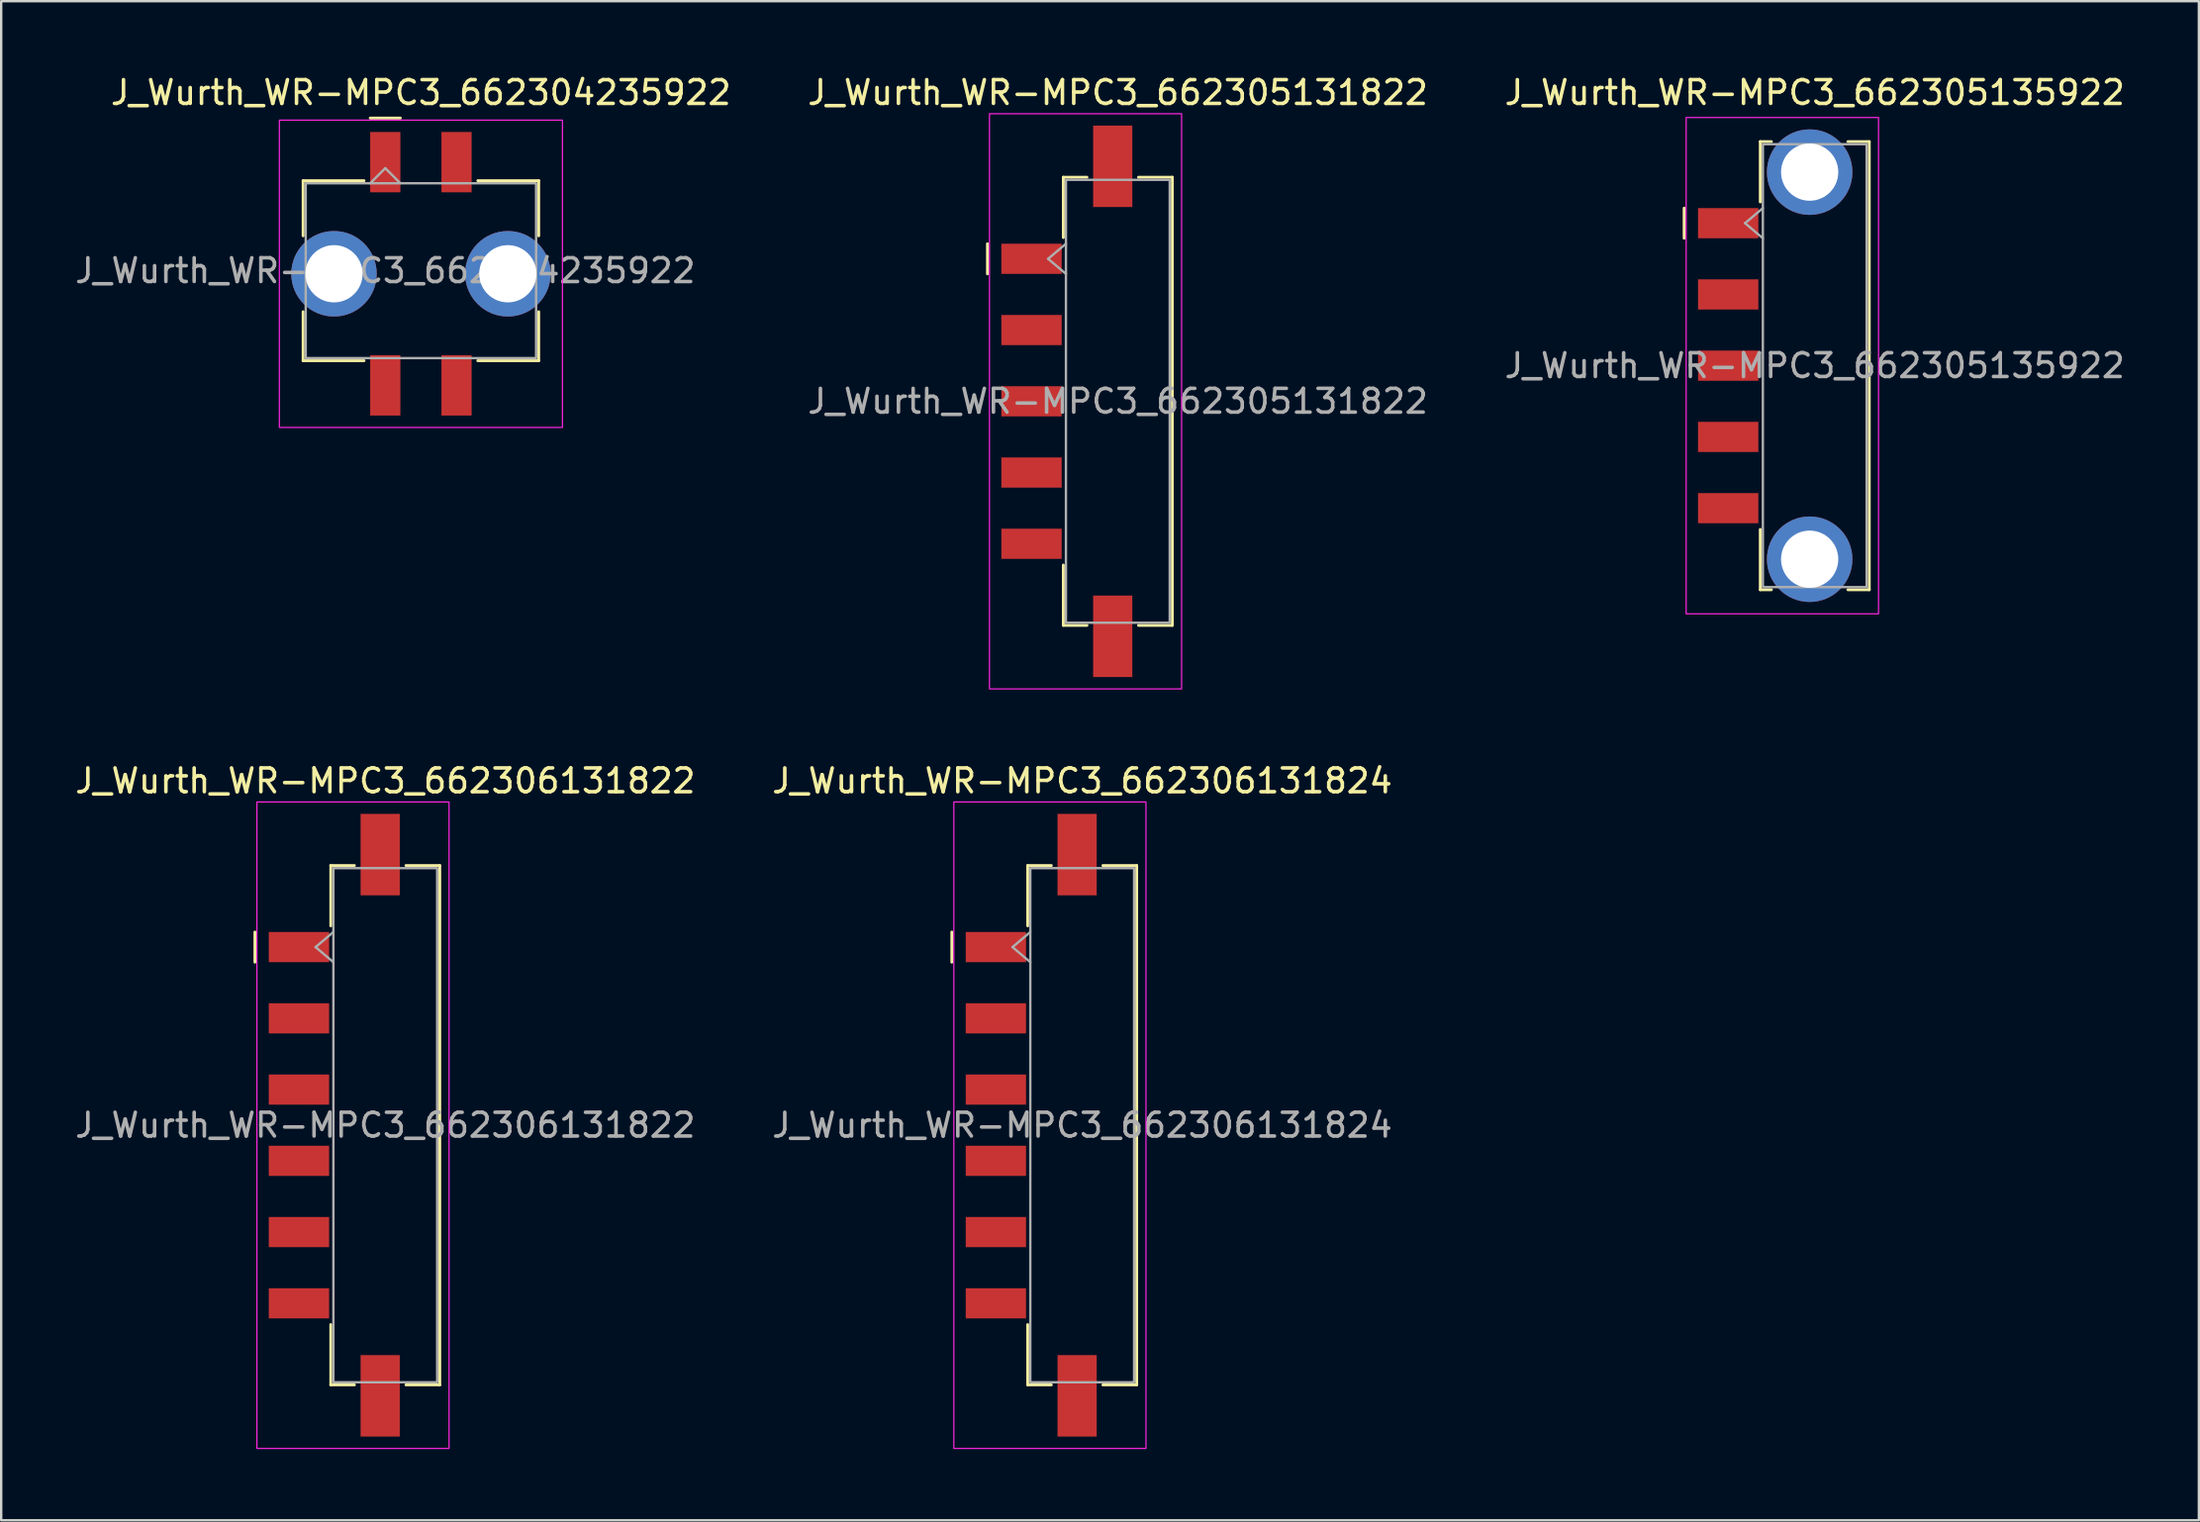
<source format=kicad_pcb>
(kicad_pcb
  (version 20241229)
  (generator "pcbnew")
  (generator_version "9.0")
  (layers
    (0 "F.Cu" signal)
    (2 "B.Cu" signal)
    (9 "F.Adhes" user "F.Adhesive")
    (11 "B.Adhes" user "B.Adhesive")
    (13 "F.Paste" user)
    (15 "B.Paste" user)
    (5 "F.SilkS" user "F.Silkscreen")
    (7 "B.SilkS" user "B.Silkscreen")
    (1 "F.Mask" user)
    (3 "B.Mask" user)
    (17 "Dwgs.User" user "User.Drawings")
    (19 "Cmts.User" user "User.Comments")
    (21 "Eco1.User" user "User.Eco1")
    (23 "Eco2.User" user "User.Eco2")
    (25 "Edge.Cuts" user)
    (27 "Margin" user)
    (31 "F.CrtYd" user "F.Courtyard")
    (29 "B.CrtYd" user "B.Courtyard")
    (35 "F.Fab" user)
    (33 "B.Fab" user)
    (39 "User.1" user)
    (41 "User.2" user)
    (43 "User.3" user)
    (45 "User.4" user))
  (footprint "J_Wurth_WR-MPC3_662306131822"
    (layer "F.Cu")
    (at 13.173 44.331)
    (property "Reference" "J_Wurth_WR-MPC3_662306131822" (at 0 -14.5 0) (unlocked yes) (layer "F.SilkS") (effects (font (size 1 1) (thickness 0.15))))
    (attr smd)
    (fp_line (start -5.49 -6.865) (end -5.49 -8.135) (stroke (width 0.12) (type solid)) (layer "F.SilkS"))
    (fp_line (start -2.295 -10.935) (end -2.295 -8.395) (stroke (width 0.12) (type solid)) (layer "F.SilkS"))
    (fp_line (start -2.295 -10.935) (end -1.3 -10.935) (stroke (width 0.12) (type solid)) (layer "F.SilkS"))
    (fp_line (start -2.295 10.935) (end -2.295 8.395) (stroke (width 0.12) (type default)) (layer "F.SilkS"))
    (fp_line (start -2.295 10.935) (end -1.3 10.935) (stroke (width 0.12) (type solid)) (layer "F.SilkS"))
    (fp_line (start 2.295 -10.935) (end 0.87 -10.935) (stroke (width 0.12) (type default)) (layer "F.SilkS"))
    (fp_line (start 2.295 -10.935) (end 2.295 10.935) (stroke (width 0.12) (type default)) (layer "F.SilkS"))
    (fp_line (start 2.295 10.935) (end 0.87 10.935) (stroke (width 0.12) (type default)) (layer "F.SilkS"))
    (fp_rect (start -5.405 -13.61) (end 2.685 13.61) (stroke (width 0.05) (type solid)) (fill no) (layer "F.CrtYd"))
    (fp_line (start -2.935 -7.5) (end -2.185 -8.135) (stroke (width 0.1) (type solid)) (layer "F.Fab"))
    (fp_line (start -2.935 -7.5) (end -2.185 -6.865) (stroke (width 0.1) (type solid)) (layer "F.Fab"))
    (fp_rect (start -2.185 -10.825) (end 2.185 10.825) (stroke (width 0.1) (type solid)) (fill no) (layer "F.Fab"))
    (fp_text user "${REFERENCE}" (at 0 0 0) (unlocked yes) (layer "F.Fab") (effects (font (size 1 1) (thickness 0.15))))
    (pad "1" smd rect (at -3.635 -7.5 90) (size 1.27 2.54) (layers "F.Cu" "F.Mask" "F.Paste"))
    (pad "2" smd rect (at -3.635 -4.5 90) (size 1.27 2.54) (layers "F.Cu" "F.Mask" "F.Paste"))
    (pad "3" smd rect (at -3.635 -1.5 90) (size 1.27 2.54) (layers "F.Cu" "F.Mask" "F.Paste"))
    (pad "4" smd rect (at -3.635 1.5 90) (size 1.27 2.54) (layers "F.Cu" "F.Mask" "F.Paste"))
    (pad "5" smd rect (at -3.635 4.5 90) (size 1.27 2.54) (layers "F.Cu" "F.Mask" "F.Paste"))
    (pad "6" smd rect (at -3.635 7.5 90) (size 1.27 2.54) (layers "F.Cu" "F.Mask" "F.Paste"))
    (pad "MP1" smd rect (at -0.215 11.395 90) (size 3.43 1.65) (layers "F.Cu" "F.Mask" "F.Paste"))
    (pad "MP2" smd rect (at -0.215 -11.395 90) (size 3.43 1.65) (layers "F.Cu" "F.Mask" "F.Paste")))
  (footprint "J_Wurth_WR-MPC3_662306131824"
    (layer "F.Cu")
    (at 42.518 44.331)
    (property "Reference" "J_Wurth_WR-MPC3_662306131824" (at 0 -14.5 0) (unlocked yes) (layer "F.SilkS") (effects (font (size 1 1) (thickness 0.15))))
    (attr smd)
    (fp_line (start -5.49 -6.865) (end -5.49 -8.135) (stroke (width 0.12) (type solid)) (layer "F.SilkS"))
    (fp_line (start -2.295 -10.935) (end -2.295 -8.395) (stroke (width 0.12) (type solid)) (layer "F.SilkS"))
    (fp_line (start -2.295 -10.935) (end -1.3 -10.935) (stroke (width 0.12) (type solid)) (layer "F.SilkS"))
    (fp_line (start -2.295 10.935) (end -2.295 8.395) (stroke (width 0.12) (type default)) (layer "F.SilkS"))
    (fp_line (start -2.295 10.935) (end -1.3 10.935) (stroke (width 0.12) (type solid)) (layer "F.SilkS"))
    (fp_line (start 2.295 -10.935) (end 0.87 -10.935) (stroke (width 0.12) (type default)) (layer "F.SilkS"))
    (fp_line (start 2.295 -10.935) (end 2.295 10.935) (stroke (width 0.12) (type default)) (layer "F.SilkS"))
    (fp_line (start 2.295 10.935) (end 0.87 10.935) (stroke (width 0.12) (type default)) (layer "F.SilkS"))
    (fp_rect (start -5.405 -13.61) (end 2.685 13.61) (stroke (width 0.05) (type solid)) (fill no) (layer "F.CrtYd"))
    (fp_line (start -2.935 -7.5) (end -2.185 -8.135) (stroke (width 0.1) (type solid)) (layer "F.Fab"))
    (fp_line (start -2.935 -7.5) (end -2.185 -6.865) (stroke (width 0.1) (type solid)) (layer "F.Fab"))
    (fp_rect (start -2.185 -10.825) (end 2.185 10.825) (stroke (width 0.1) (type solid)) (fill no) (layer "F.Fab"))
    (fp_text user "${REFERENCE}" (at 0 0 0) (unlocked yes) (layer "F.Fab") (effects (font (size 1 1) (thickness 0.15))))
    (pad "1" smd rect (at -3.635 -7.5 90) (size 1.27 2.54) (layers "F.Cu" "F.Mask" "F.Paste"))
    (pad "2" smd rect (at -3.635 -4.5 90) (size 1.27 2.54) (layers "F.Cu" "F.Mask" "F.Paste"))
    (pad "3" smd rect (at -3.635 -1.5 90) (size 1.27 2.54) (layers "F.Cu" "F.Mask" "F.Paste"))
    (pad "4" smd rect (at -3.635 1.5 90) (size 1.27 2.54) (layers "F.Cu" "F.Mask" "F.Paste"))
    (pad "5" smd rect (at -3.635 4.5 90) (size 1.27 2.54) (layers "F.Cu" "F.Mask" "F.Paste"))
    (pad "6" smd rect (at -3.635 7.5 90) (size 1.27 2.54) (layers "F.Cu" "F.Mask" "F.Paste"))
    (pad "MP1" smd rect (at -0.215 11.395 90) (size 3.43 1.65) (layers "F.Cu" "F.Mask" "F.Paste"))
    (pad "MP2" smd rect (at -0.215 -11.395 90) (size 3.43 1.65) (layers "F.Cu" "F.Mask" "F.Paste")))
  (footprint "J_Wurth_WR-MPC3_662305131822"
    (layer "F.Cu")
    (at 44.018 13.848)
    (property "Reference" "J_Wurth_WR-MPC3_662305131822" (at 0 -13 0) (unlocked yes) (layer "F.SilkS") (effects (font (size 1 1) (thickness 0.15))))
    (attr smd)
    (fp_line (start -5.49 -5.365) (end -5.49 -6.635) (stroke (width 0.12) (type solid)) (layer "F.SilkS"))
    (fp_line (start -2.295 -9.435) (end -2.295 -6.895) (stroke (width 0.12) (type solid)) (layer "F.SilkS"))
    (fp_line (start -2.295 -9.435) (end -1.3 -9.435) (stroke (width 0.12) (type solid)) (layer "F.SilkS"))
    (fp_line (start -2.295 9.435) (end -2.295 6.895) (stroke (width 0.12) (type default)) (layer "F.SilkS"))
    (fp_line (start -2.295 9.435) (end -1.3 9.435) (stroke (width 0.12) (type solid)) (layer "F.SilkS"))
    (fp_line (start 2.295 -9.435) (end 0.87 -9.435) (stroke (width 0.12) (type default)) (layer "F.SilkS"))
    (fp_line (start 2.295 -9.435) (end 2.295 9.435) (stroke (width 0.12) (type default)) (layer "F.SilkS"))
    (fp_line (start 2.295 9.435) (end 0.87 9.435) (stroke (width 0.12) (type default)) (layer "F.SilkS"))
    (fp_rect (start -5.405 -12.11) (end 2.685 12.11) (stroke (width 0.05) (type solid)) (fill no) (layer "F.CrtYd"))
    (fp_line (start -2.935 -6) (end -2.185 -6.635) (stroke (width 0.1) (type solid)) (layer "F.Fab"))
    (fp_line (start -2.935 -6) (end -2.185 -5.365) (stroke (width 0.1) (type solid)) (layer "F.Fab"))
    (fp_rect (start -2.185 -9.325) (end 2.185 9.325) (stroke (width 0.1) (type solid)) (fill no) (layer "F.Fab"))
    (fp_text user "${REFERENCE}" (at 0 0 0) (unlocked yes) (layer "F.Fab") (effects (font (size 1 1) (thickness 0.15))))
    (pad "1" smd rect (at -3.635 -6 90) (size 1.27 2.54) (layers "F.Cu" "F.Mask" "F.Paste"))
    (pad "2" smd rect (at -3.635 -3 90) (size 1.27 2.54) (layers "F.Cu" "F.Mask" "F.Paste"))
    (pad "3" smd rect (at -3.635 0 90) (size 1.27 2.54) (layers "F.Cu" "F.Mask" "F.Paste"))
    (pad "4" smd rect (at -3.635 3 90) (size 1.27 2.54) (layers "F.Cu" "F.Mask" "F.Paste"))
    (pad "5" smd rect (at -3.635 6 90) (size 1.27 2.54) (layers "F.Cu" "F.Mask" "F.Paste"))
    (pad "MP1" smd rect (at -0.215 9.895 90) (size 3.43 1.65) (layers "F.Cu" "F.Mask" "F.Paste"))
    (pad "MP2" smd rect (at -0.215 -9.895 90) (size 3.43 1.65) (layers "F.Cu" "F.Mask" "F.Paste")))
  (footprint "J_Wurth_WR-MPC3_662304235922"
    (layer "F.Cu")
    (at 14.673 8.348)
    (property "Reference" "J_Wurth_WR-MPC3_662304235922" (at 0 -7.5 0) (unlocked yes) (layer "F.SilkS") (effects (font (size 1 1) (thickness 0.15))))
    (attr smd)
    (fp_line (start -4.96 -3.79) (end -4.96 -1.468) (stroke (width 0.12) (type default)) (layer "F.SilkS"))
    (fp_line (start -4.96 1.728) (end -4.96 3.79) (stroke (width 0.12) (type default)) (layer "F.SilkS"))
    (fp_line (start -2.395 -3.79) (end -4.96 -3.79) (stroke (width 0.12) (type solid)) (layer "F.SilkS"))
    (fp_line (start -2.395 3.79) (end -4.96 3.79) (stroke (width 0.12) (type solid)) (layer "F.SilkS"))
    (fp_line (start -2.135 -6.425) (end -0.865 -6.425) (stroke (width 0.12) (type solid)) (layer "F.SilkS"))
    (fp_line (start 4.96 -3.79) (end 2.395 -3.79) (stroke (width 0.12) (type solid)) (layer "F.SilkS"))
    (fp_line (start 4.96 -3.79) (end 4.96 -1.468) (stroke (width 0.12) (type default)) (layer "F.SilkS"))
    (fp_line (start 4.96 1.728) (end 4.96 3.79) (stroke (width 0.12) (type default)) (layer "F.SilkS"))
    (fp_line (start 4.96 3.79) (end 2.395 3.79) (stroke (width 0.12) (type solid)) (layer "F.SilkS"))
    (fp_rect (start -5.96 -6.34) (end 5.96 6.6) (stroke (width 0.05) (type solid)) (fill no) (layer "F.CrtYd"))
    (fp_line (start -1.5 -4.315) (end -2.135 -3.68) (stroke (width 0.1) (type default)) (layer "F.Fab"))
    (fp_line (start -0.865 -3.68) (end -1.5 -4.315) (stroke (width 0.1) (type default)) (layer "F.Fab"))
    (fp_rect (start -4.85 -3.68) (end 4.85 3.68) (stroke (width 0.1) (type solid)) (fill no) (layer "F.Fab"))
    (fp_text user "${REFERENCE}" (at -1.5 0 0) (unlocked yes) (layer "F.Fab") (effects (font (size 1 1) (thickness 0.15))))
    (pad "1" smd rect (at -1.5 -4.57 180) (size 1.27 2.54) (layers "F.Cu" "F.Mask" "F.Paste"))
    (pad "2" smd rect (at 1.5 -4.57 180) (size 1.27 2.54) (layers "F.Cu" "F.Mask" "F.Paste"))
    (pad "3" smd rect (at -1.5 4.83 180) (size 1.27 2.54) (layers "F.Cu" "F.Mask" "F.Paste"))
    (pad "4" smd rect (at 1.5 4.83 180) (size 1.27 2.54) (layers "F.Cu" "F.Mask" "F.Paste"))
    (pad "MH1" thru_hole circle (at 3.66 0.13 180) (size 3.6 3.6) (drill 2.41) (layers "*.Cu" "*.Mask"))
    (pad "MH2" thru_hole circle (at -3.66 0.13 180) (size 3.6 3.6) (drill 2.41) (layers "*.Cu" "*.Mask")))
  (footprint "J_Wurth_WR-MPC3_662305135922"
    (layer "F.Cu")
    (at 73.363 12.348)
    (property "Reference" "J_Wurth_WR-MPC3_662305135922" (at 0 -11.5 0) (unlocked yes) (layer "F.SilkS") (effects (font (size 1 1) (thickness 0.15))))
    (attr smd)
    (fp_line (start -5.5 -5.365) (end -5.5 -6.635) (stroke (width 0.12) (type solid)) (layer "F.SilkS"))
    (fp_line (start -2.295 -9.435) (end -1.825 -9.435) (stroke (width 0.12) (type default)) (layer "F.SilkS"))
    (fp_line (start -2.295 -6.895) (end -2.295 -9.435) (stroke (width 0.12) (type default)) (layer "F.SilkS"))
    (fp_line (start -2.295 9.435) (end -2.295 6.895) (stroke (width 0.12) (type default)) (layer "F.SilkS"))
    (fp_line (start -2.295 9.435) (end -1.825 9.435) (stroke (width 0.12) (type default)) (layer "F.SilkS"))
    (fp_line (start 2.295 -9.435) (end 1.395 -9.435) (stroke (width 0.12) (type default)) (layer "F.SilkS"))
    (fp_line (start 2.295 -9.435) (end 2.295 9.435) (stroke (width 0.12) (type default)) (layer "F.SilkS"))
    (fp_line (start 2.295 9.435) (end 1.395 9.435) (stroke (width 0.12) (type default)) (layer "F.SilkS"))
    (fp_rect (start -5.415 -10.45) (end 2.685 10.45) (stroke (width 0.05) (type solid)) (fill no) (layer "F.CrtYd"))
    (fp_line (start -2.935 -6) (end -2.185 -6.635) (stroke (width 0.1) (type solid)) (layer "F.Fab"))
    (fp_line (start -2.935 -6) (end -2.185 -5.365) (stroke (width 0.1) (type solid)) (layer "F.Fab"))
    (fp_rect (start -2.185 -9.325) (end 2.185 9.325) (stroke (width 0.1) (type solid)) (fill no) (layer "F.Fab"))
    (fp_text user "${REFERENCE}" (at 0 0 0) (unlocked yes) (layer "F.Fab") (effects (font (size 1 1) (thickness 0.15))))
    (pad "1" smd rect (at -3.645 -6 90) (size 1.27 2.54) (layers "F.Cu" "F.Mask" "F.Paste"))
    (pad "2" smd rect (at -3.645 -3 90) (size 1.27 2.54) (layers "F.Cu" "F.Mask" "F.Paste"))
    (pad "3" smd rect (at -3.645 0 90) (size 1.27 2.54) (layers "F.Cu" "F.Mask" "F.Paste"))
    (pad "4" smd rect (at -3.645 3 90) (size 1.27 2.54) (layers "F.Cu" "F.Mask" "F.Paste"))
    (pad "5" smd rect (at -3.645 6 90) (size 1.27 2.54) (layers "F.Cu" "F.Mask" "F.Paste"))
    (pad "MH1" thru_hole circle (at -0.215 8.15 90) (size 3.6 3.6) (drill 2.41) (layers "*.Cu" "*.Mask"))
    (pad "MH2" thru_hole circle (at -0.215 -8.15 90) (size 3.6 3.6) (drill 2.41) (layers "*.Cu" "*.Mask")))
  (gr_rect
    (start -3 -3)
    (end 89.536 60.967)
    (stroke (width 0.1) (type default))
    (fill no)
    (layer "Edge.Cuts")))
</source>
